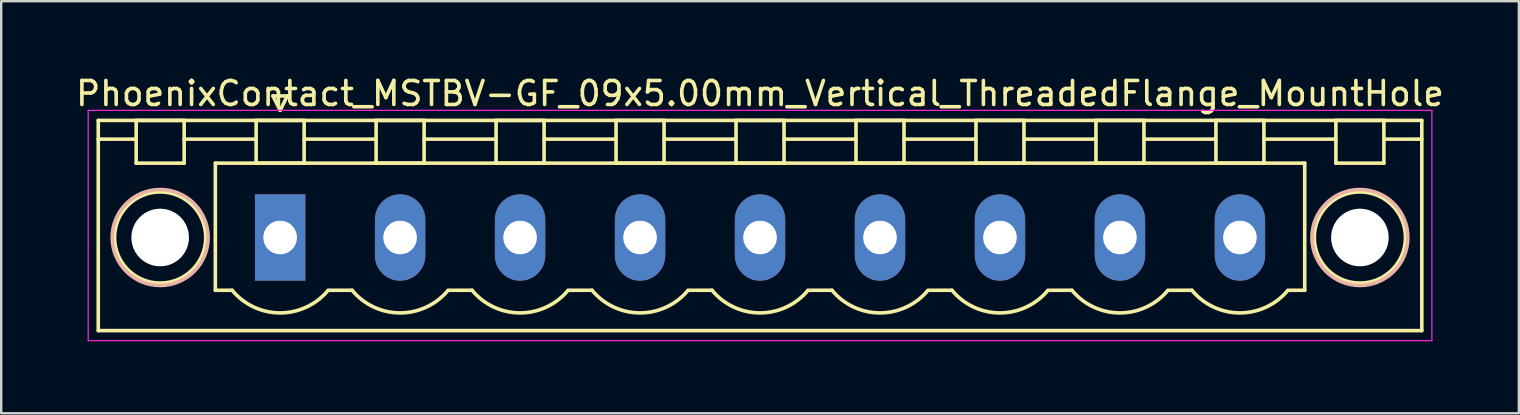
<source format=kicad_pcb>
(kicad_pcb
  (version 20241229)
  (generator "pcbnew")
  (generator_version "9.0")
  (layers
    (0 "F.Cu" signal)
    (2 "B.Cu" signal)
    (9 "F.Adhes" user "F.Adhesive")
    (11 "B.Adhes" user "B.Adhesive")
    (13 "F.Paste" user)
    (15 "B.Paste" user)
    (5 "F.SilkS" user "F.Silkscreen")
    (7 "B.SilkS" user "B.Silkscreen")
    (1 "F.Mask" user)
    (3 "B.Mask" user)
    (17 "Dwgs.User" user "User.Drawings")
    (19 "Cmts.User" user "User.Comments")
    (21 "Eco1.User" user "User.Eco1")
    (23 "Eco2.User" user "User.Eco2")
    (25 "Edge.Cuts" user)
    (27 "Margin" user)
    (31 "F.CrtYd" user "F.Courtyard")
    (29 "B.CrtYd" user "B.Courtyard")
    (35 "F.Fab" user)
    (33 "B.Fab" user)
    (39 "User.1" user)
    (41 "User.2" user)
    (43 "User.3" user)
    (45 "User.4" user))
  (footprint "PhoenixContact_MSTBV-GF_09x5.00mm_Vertical_ThreadedFlange_MountHole"
    (layer "F.Cu")
    (at 8.625 6.848)
    (property "Reference" "PhoenixContact_MSTBV-GF_09x5.00mm_Vertical_ThreadedFlange_MountHole" (at 20 -6 0) (layer "F.SilkS") (effects (font (size 1 1) (thickness 0.15))))
    (attr through_hole)
    (fp_line (start -7.58 -4.88) (end -7.58 3.88) (stroke (width 0.15) (type solid)) (layer "F.SilkS"))
    (fp_line (start -7.58 -4.1) (end -6.08 -4.1) (stroke (width 0.15) (type solid)) (layer "F.SilkS"))
    (fp_line (start -7.58 3.88) (end 47.58 3.88) (stroke (width 0.15) (type solid)) (layer "F.SilkS"))
    (fp_line (start -6 -4.88) (end -4 -4.88) (stroke (width 0.15) (type solid)) (layer "F.SilkS"))
    (fp_line (start -6 -3.1) (end -6 -4.88) (stroke (width 0.15) (type solid)) (layer "F.SilkS"))
    (fp_line (start -4 -4.88) (end -4 -3.1) (stroke (width 0.15) (type solid)) (layer "F.SilkS"))
    (fp_line (start -4 -4.1) (end -1 -4.1) (stroke (width 0.15) (type solid)) (layer "F.SilkS"))
    (fp_line (start -4 -3.1) (end -6 -3.1) (stroke (width 0.15) (type solid)) (layer "F.SilkS"))
    (fp_line (start -2.7 -3.1) (end 42.7 -3.1) (stroke (width 0.15) (type solid)) (layer "F.SilkS"))
    (fp_line (start -2.7 2.2) (end -2.7 -3.1) (stroke (width 0.15) (type solid)) (layer "F.SilkS"))
    (fp_line (start -2 2.2) (end -2.7 2.2) (stroke (width 0.15) (type solid)) (layer "F.SilkS"))
    (fp_line (start -1 -4.88) (end 1 -4.88) (stroke (width 0.15) (type solid)) (layer "F.SilkS"))
    (fp_line (start -1 -3.1) (end -1 -4.88) (stroke (width 0.15) (type solid)) (layer "F.SilkS"))
    (fp_line (start -0.3 -5.9) (end 0 -5.3) (stroke (width 0.15) (type solid)) (layer "F.SilkS"))
    (fp_line (start 0 -5.3) (end 0.3 -5.9) (stroke (width 0.15) (type solid)) (layer "F.SilkS"))
    (fp_line (start 0.3 -5.9) (end -0.3 -5.9) (stroke (width 0.15) (type solid)) (layer "F.SilkS"))
    (fp_line (start 1 -4.88) (end 1 -3.1) (stroke (width 0.15) (type solid)) (layer "F.SilkS"))
    (fp_line (start 1 -4.1) (end 4 -4.1) (stroke (width 0.15) (type solid)) (layer "F.SilkS"))
    (fp_line (start 1 -3.1) (end -1 -3.1) (stroke (width 0.15) (type solid)) (layer "F.SilkS"))
    (fp_line (start 2 2.2) (end 3 2.2) (stroke (width 0.15) (type solid)) (layer "F.SilkS"))
    (fp_line (start 4 -4.88) (end 6 -4.88) (stroke (width 0.15) (type solid)) (layer "F.SilkS"))
    (fp_line (start 4 -3.1) (end 4 -4.88) (stroke (width 0.15) (type solid)) (layer "F.SilkS"))
    (fp_line (start 6 -4.88) (end 6 -3.1) (stroke (width 0.15) (type solid)) (layer "F.SilkS"))
    (fp_line (start 6 -4.1) (end 9 -4.1) (stroke (width 0.15) (type solid)) (layer "F.SilkS"))
    (fp_line (start 6 -3.1) (end 4 -3.1) (stroke (width 0.15) (type solid)) (layer "F.SilkS"))
    (fp_line (start 7 2.2) (end 8 2.2) (stroke (width 0.15) (type solid)) (layer "F.SilkS"))
    (fp_line (start 9 -4.88) (end 11 -4.88) (stroke (width 0.15) (type solid)) (layer "F.SilkS"))
    (fp_line (start 9 -3.1) (end 9 -4.88) (stroke (width 0.15) (type solid)) (layer "F.SilkS"))
    (fp_line (start 11 -4.88) (end 11 -3.1) (stroke (width 0.15) (type solid)) (layer "F.SilkS"))
    (fp_line (start 11 -4.1) (end 14 -4.1) (stroke (width 0.15) (type solid)) (layer "F.SilkS"))
    (fp_line (start 11 -3.1) (end 9 -3.1) (stroke (width 0.15) (type solid)) (layer "F.SilkS"))
    (fp_line (start 12 2.2) (end 13 2.2) (stroke (width 0.15) (type solid)) (layer "F.SilkS"))
    (fp_line (start 14 -4.88) (end 16 -4.88) (stroke (width 0.15) (type solid)) (layer "F.SilkS"))
    (fp_line (start 14 -3.1) (end 14 -4.88) (stroke (width 0.15) (type solid)) (layer "F.SilkS"))
    (fp_line (start 16 -4.88) (end 16 -3.1) (stroke (width 0.15) (type solid)) (layer "F.SilkS"))
    (fp_line (start 16 -4.1) (end 19 -4.1) (stroke (width 0.15) (type solid)) (layer "F.SilkS"))
    (fp_line (start 16 -3.1) (end 14 -3.1) (stroke (width 0.15) (type solid)) (layer "F.SilkS"))
    (fp_line (start 17 2.2) (end 18 2.2) (stroke (width 0.15) (type solid)) (layer "F.SilkS"))
    (fp_line (start 19 -4.88) (end 21 -4.88) (stroke (width 0.15) (type solid)) (layer "F.SilkS"))
    (fp_line (start 19 -3.1) (end 19 -4.88) (stroke (width 0.15) (type solid)) (layer "F.SilkS"))
    (fp_line (start 21 -4.88) (end 21 -3.1) (stroke (width 0.15) (type solid)) (layer "F.SilkS"))
    (fp_line (start 21 -4.1) (end 24 -4.1) (stroke (width 0.15) (type solid)) (layer "F.SilkS"))
    (fp_line (start 21 -3.1) (end 19 -3.1) (stroke (width 0.15) (type solid)) (layer "F.SilkS"))
    (fp_line (start 22 2.2) (end 23 2.2) (stroke (width 0.15) (type solid)) (layer "F.SilkS"))
    (fp_line (start 24 -4.88) (end 26 -4.88) (stroke (width 0.15) (type solid)) (layer "F.SilkS"))
    (fp_line (start 24 -3.1) (end 24 -4.88) (stroke (width 0.15) (type solid)) (layer "F.SilkS"))
    (fp_line (start 26 -4.88) (end 26 -3.1) (stroke (width 0.15) (type solid)) (layer "F.SilkS"))
    (fp_line (start 26 -4.1) (end 29 -4.1) (stroke (width 0.15) (type solid)) (layer "F.SilkS"))
    (fp_line (start 26 -3.1) (end 24 -3.1) (stroke (width 0.15) (type solid)) (layer "F.SilkS"))
    (fp_line (start 27 2.2) (end 28 2.2) (stroke (width 0.15) (type solid)) (layer "F.SilkS"))
    (fp_line (start 29 -4.88) (end 31 -4.88) (stroke (width 0.15) (type solid)) (layer "F.SilkS"))
    (fp_line (start 29 -3.1) (end 29 -4.88) (stroke (width 0.15) (type solid)) (layer "F.SilkS"))
    (fp_line (start 31 -4.88) (end 31 -3.1) (stroke (width 0.15) (type solid)) (layer "F.SilkS"))
    (fp_line (start 31 -4.1) (end 34 -4.1) (stroke (width 0.15) (type solid)) (layer "F.SilkS"))
    (fp_line (start 31 -3.1) (end 29 -3.1) (stroke (width 0.15) (type solid)) (layer "F.SilkS"))
    (fp_line (start 32 2.2) (end 33 2.2) (stroke (width 0.15) (type solid)) (layer "F.SilkS"))
    (fp_line (start 34 -4.88) (end 36 -4.88) (stroke (width 0.15) (type solid)) (layer "F.SilkS"))
    (fp_line (start 34 -3.1) (end 34 -4.88) (stroke (width 0.15) (type solid)) (layer "F.SilkS"))
    (fp_line (start 36 -4.88) (end 36 -3.1) (stroke (width 0.15) (type solid)) (layer "F.SilkS"))
    (fp_line (start 36 -4.1) (end 39 -4.1) (stroke (width 0.15) (type solid)) (layer "F.SilkS"))
    (fp_line (start 36 -3.1) (end 34 -3.1) (stroke (width 0.15) (type solid)) (layer "F.SilkS"))
    (fp_line (start 37 2.2) (end 38 2.2) (stroke (width 0.15) (type solid)) (layer "F.SilkS"))
    (fp_line (start 39 -4.88) (end 41 -4.88) (stroke (width 0.15) (type solid)) (layer "F.SilkS"))
    (fp_line (start 39 -3.1) (end 39 -4.88) (stroke (width 0.15) (type solid)) (layer "F.SilkS"))
    (fp_line (start 41 -4.88) (end 41 -3.1) (stroke (width 0.15) (type solid)) (layer "F.SilkS"))
    (fp_line (start 41 -4.1) (end 44 -4.1) (stroke (width 0.15) (type solid)) (layer "F.SilkS"))
    (fp_line (start 41 -3.1) (end 39 -3.1) (stroke (width 0.15) (type solid)) (layer "F.SilkS"))
    (fp_line (start 42.7 -3.1) (end 42.7 2.2) (stroke (width 0.15) (type solid)) (layer "F.SilkS"))
    (fp_line (start 42.7 2.2) (end 42 2.2) (stroke (width 0.15) (type solid)) (layer "F.SilkS"))
    (fp_line (start 44 -4.88) (end 46 -4.88) (stroke (width 0.15) (type solid)) (layer "F.SilkS"))
    (fp_line (start 44 -3.1) (end 44 -4.88) (stroke (width 0.15) (type solid)) (layer "F.SilkS"))
    (fp_line (start 46 -4.88) (end 46 -3.1) (stroke (width 0.15) (type solid)) (layer "F.SilkS"))
    (fp_line (start 46 -3.1) (end 44 -3.1) (stroke (width 0.15) (type solid)) (layer "F.SilkS"))
    (fp_line (start 47.58 -4.88) (end -7.58 -4.88) (stroke (width 0.15) (type solid)) (layer "F.SilkS"))
    (fp_line (start 47.58 -4.1) (end 46.08 -4.1) (stroke (width 0.15) (type solid)) (layer "F.SilkS"))
    (fp_line (start 47.58 3.88) (end 47.58 -4.88) (stroke (width 0.15) (type solid)) (layer "F.SilkS"))
    (fp_arc (start 1.986842 2.215821) (mid -0.010289 3.142758) (end -2 2.2) (stroke (width 0.15) (type solid)) (layer "F.SilkS"))
    (fp_arc (start 6.986842 2.215821) (mid 4.989711 3.142758) (end 3 2.2) (stroke (width 0.15) (type solid)) (layer "F.SilkS"))
    (fp_arc (start 11.986842 2.215821) (mid 9.989711 3.142758) (end 8 2.2) (stroke (width 0.15) (type solid)) (layer "F.SilkS"))
    (fp_arc (start 16.986842 2.215821) (mid 14.989711 3.142758) (end 13 2.2) (stroke (width 0.15) (type solid)) (layer "F.SilkS"))
    (fp_arc (start 21.986842 2.215821) (mid 19.989711 3.142758) (end 18 2.2) (stroke (width 0.15) (type solid)) (layer "F.SilkS"))
    (fp_arc (start 26.986842 2.215821) (mid 24.989711 3.142758) (end 23 2.2) (stroke (width 0.15) (type solid)) (layer "F.SilkS"))
    (fp_arc (start 31.986842 2.215821) (mid 29.989711 3.142758) (end 28 2.2) (stroke (width 0.15) (type solid)) (layer "F.SilkS"))
    (fp_arc (start 36.986842 2.215821) (mid 34.989711 3.142758) (end 33 2.2) (stroke (width 0.15) (type solid)) (layer "F.SilkS"))
    (fp_arc (start 41.986842 2.215821) (mid 39.989711 3.142758) (end 38 2.2) (stroke (width 0.15) (type solid)) (layer "F.SilkS"))
    (fp_circle (center -5 0) (end -3.1 0) (stroke (width 0.15) (type solid)) (fill no) (layer "F.SilkS"))
    (fp_circle (center 45 0) (end 46.9 0) (stroke (width 0.15) (type solid)) (fill no) (layer "F.SilkS"))
    (fp_circle (center -5 0) (end -3 0) (stroke (width 0.15) (type solid)) (fill no) (layer "B.SilkS"))
    (fp_circle (center 45 0) (end 47 0) (stroke (width 0.15) (type solid)) (fill no) (layer "B.SilkS"))
    (fp_line (start -8 -5.3) (end -8 4.3) (stroke (width 0.05) (type solid)) (layer "F.CrtYd"))
    (fp_line (start -8 4.3) (end 48 4.3) (stroke (width 0.05) (type solid)) (layer "F.CrtYd"))
    (fp_line (start 48 -5.3) (end -8 -5.3) (stroke (width 0.05) (type solid)) (layer "F.CrtYd"))
    (fp_line (start 48 4.3) (end 48 -5.3) (stroke (width 0.05) (type solid)) (layer "F.CrtYd"))
    (pad "" np_thru_hole circle (at -5 0) (size 2.4 2.4) (drill 2.4) (layers "*.Cu" "*.Mask"))
    (pad "" np_thru_hole circle (at 45 0) (size 2.4 2.4) (drill 2.4) (layers "*.Cu" "*.Mask"))
    (pad "1" thru_hole rect (at 0 0) (size 2.1 3.6) (drill 1.4) (layers "*.Cu" "*.Mask"))
    (pad "2" thru_hole oval (at 5 0) (size 2.1 3.6) (drill 1.4) (layers "*.Cu" "*.Mask"))
    (pad "3" thru_hole oval (at 10 0) (size 2.1 3.6) (drill 1.4) (layers "*.Cu" "*.Mask"))
    (pad "4" thru_hole oval (at 15 0) (size 2.1 3.6) (drill 1.4) (layers "*.Cu" "*.Mask"))
    (pad "5" thru_hole oval (at 20 0) (size 2.1 3.6) (drill 1.4) (layers "*.Cu" "*.Mask"))
    (pad "6" thru_hole oval (at 25 0) (size 2.1 3.6) (drill 1.4) (layers "*.Cu" "*.Mask"))
    (pad "7" thru_hole oval (at 30 0) (size 2.1 3.6) (drill 1.4) (layers "*.Cu" "*.Mask"))
    (pad "8" thru_hole oval (at 35 0) (size 2.1 3.6) (drill 1.4) (layers "*.Cu" "*.Mask"))
    (pad "9" thru_hole oval (at 40 0) (size 2.1 3.6) (drill 1.4) (layers "*.Cu" "*.Mask")))
  (gr_rect
    (start -3 -3)
    (end 60.25 14.173)
    (stroke (width 0.1) (type default))
    (fill no)
    (layer "Edge.Cuts")))
</source>
